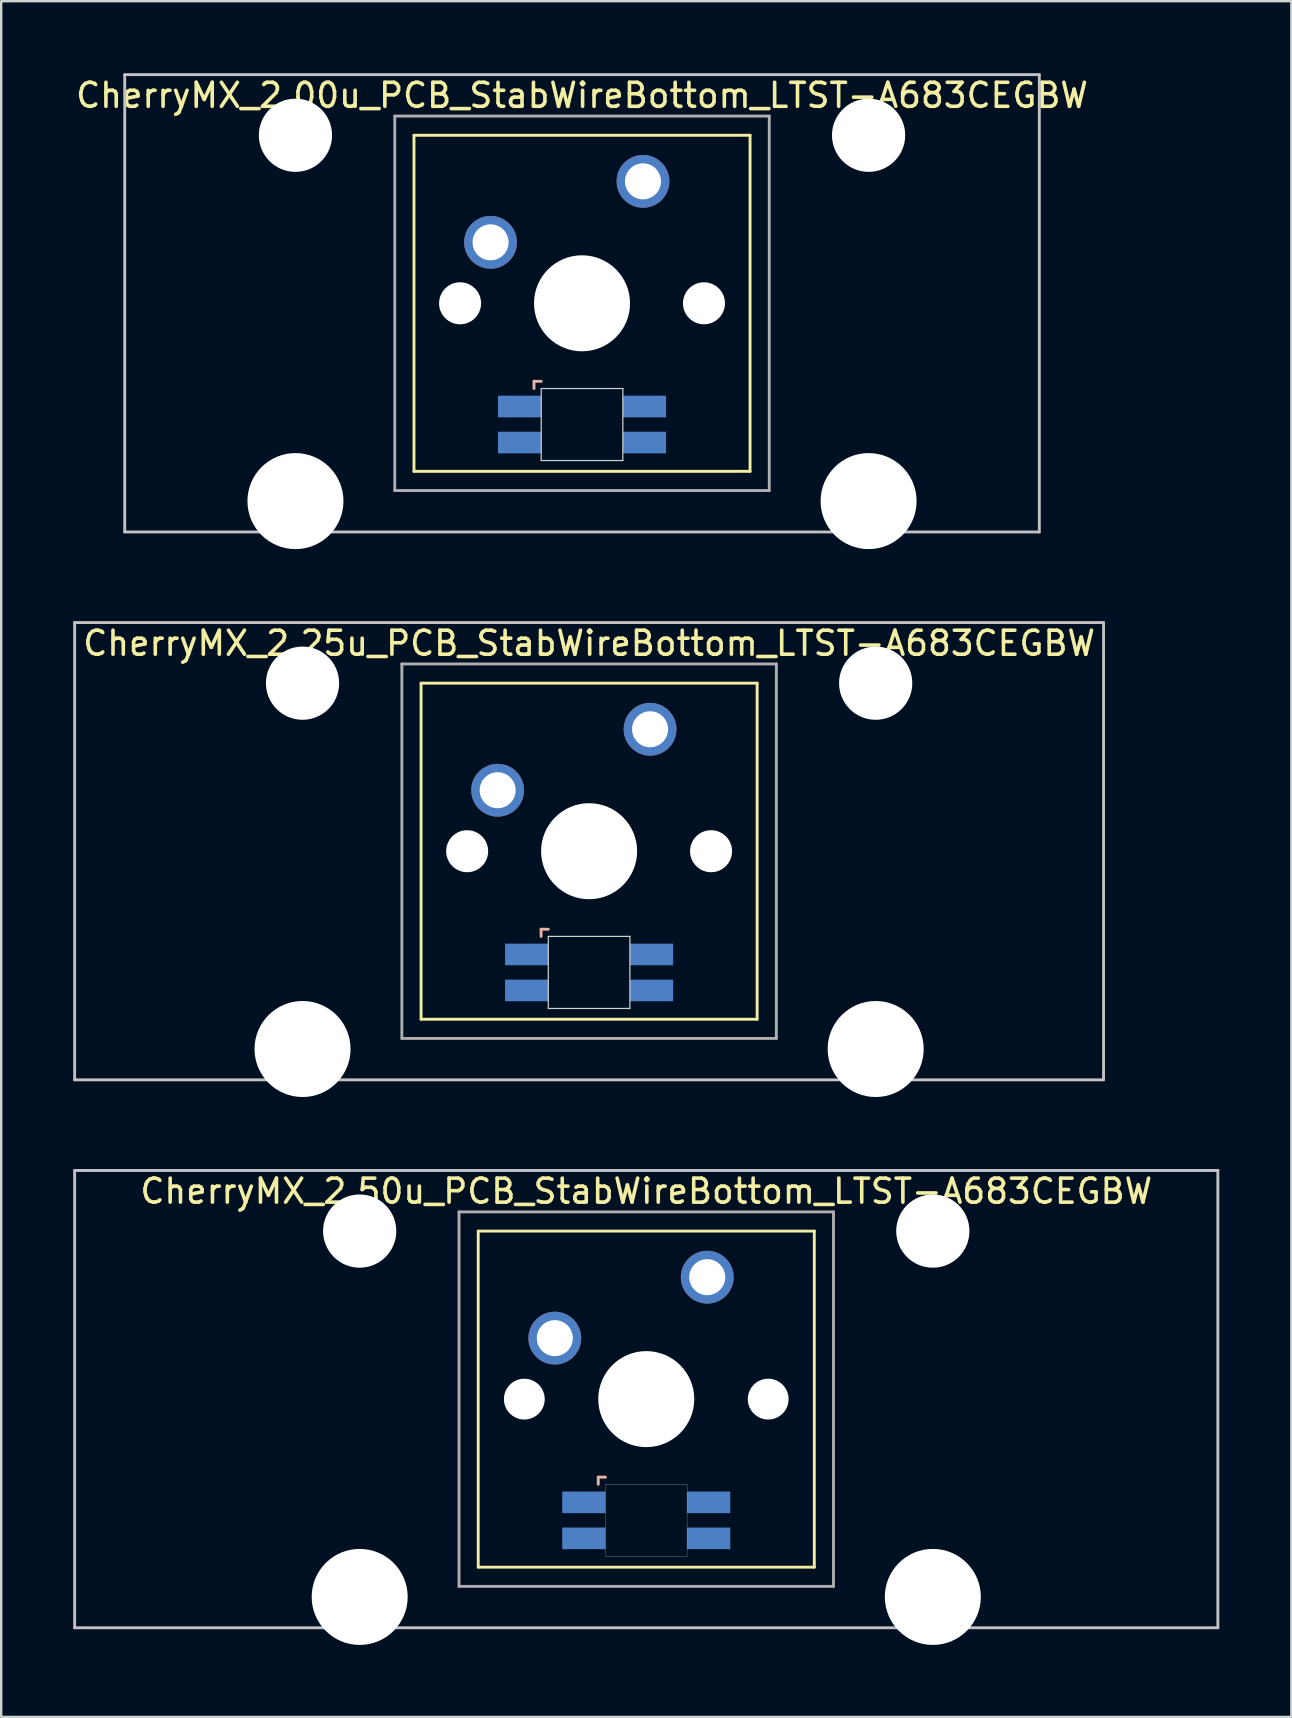
<source format=kicad_pcb>
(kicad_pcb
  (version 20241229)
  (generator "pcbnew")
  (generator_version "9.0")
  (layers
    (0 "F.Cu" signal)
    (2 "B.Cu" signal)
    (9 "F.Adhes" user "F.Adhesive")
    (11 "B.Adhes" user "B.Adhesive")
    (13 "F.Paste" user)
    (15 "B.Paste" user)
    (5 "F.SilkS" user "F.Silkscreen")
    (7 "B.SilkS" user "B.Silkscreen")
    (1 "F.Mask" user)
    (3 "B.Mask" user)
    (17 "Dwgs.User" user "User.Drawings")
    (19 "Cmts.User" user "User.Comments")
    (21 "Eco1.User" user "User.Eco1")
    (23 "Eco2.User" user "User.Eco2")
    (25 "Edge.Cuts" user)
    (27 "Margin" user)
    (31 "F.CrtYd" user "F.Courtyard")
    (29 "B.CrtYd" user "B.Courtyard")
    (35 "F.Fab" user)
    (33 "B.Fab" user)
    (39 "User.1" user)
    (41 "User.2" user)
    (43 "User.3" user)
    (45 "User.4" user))
  (footprint "CherryMX_2.25u_PCB_StabWireBottom_LTST-A683CEGBW"
    (layer "F.Cu")
    (at 21.491 32.41)
    (property "Reference" "CherryMX_2.25u_PCB_StabWireBottom_LTST-A683CEGBW" (at 0 -8.662 0) (layer "F.SilkS") (effects (font (size 1 1) (thickness 0.15))))
    (attr through_hole)
    (fp_line (start -7 -7) (end -7 7) (stroke (width 0.12) (type solid)) (layer "F.SilkS"))
    (fp_line (start -7 -7) (end 7 -7) (stroke (width 0.12) (type solid)) (layer "F.SilkS"))
    (fp_line (start 7 -7) (end 7 7) (stroke (width 0.12) (type solid)) (layer "F.SilkS"))
    (fp_line (start 7 7) (end -7 7) (stroke (width 0.12) (type solid)) (layer "F.SilkS"))
    (fp_line (start -2 3.25) (end -2 3.55) (stroke (width 0.12) (type solid)) (layer "B.SilkS"))
    (fp_line (start -1.7 3.25) (end -2 3.25) (stroke (width 0.12) (type solid)) (layer "B.SilkS"))
    (fp_line (start -21.431 -9.525) (end 21.431 -9.525) (stroke (width 0.12) (type solid)) (layer "Dwgs.User"))
    (fp_line (start -21.431 9.525) (end -21.431 -9.525) (stroke (width 0.12) (type solid)) (layer "Dwgs.User"))
    (fp_line (start 21.431 -9.525) (end 21.431 9.525) (stroke (width 0.12) (type solid)) (layer "Dwgs.User"))
    (fp_line (start 21.431 9.525) (end -21.431 9.525) (stroke (width 0.12) (type solid)) (layer "Dwgs.User"))
    (fp_line (start -1.7 3.55) (end 1.7 3.55) (stroke (width 0.05) (type solid)) (layer "Edge.Cuts"))
    (fp_line (start -1.7 6.55) (end -1.7 3.55) (stroke (width 0.05) (type solid)) (layer "Edge.Cuts"))
    (fp_line (start 1.7 3.55) (end 1.7 6.55) (stroke (width 0.05) (type solid)) (layer "Edge.Cuts"))
    (fp_line (start 1.7 6.55) (end -1.7 6.55) (stroke (width 0.05) (type solid)) (layer "Edge.Cuts"))
    (fp_line (start -7.8 -7.8) (end -7.8 7.8) (stroke (width 0.12) (type solid)) (layer "F.Fab"))
    (fp_line (start -7.8 -7.8) (end 7.8 -7.8) (stroke (width 0.12) (type solid)) (layer "F.Fab"))
    (fp_line (start -7.8 7.8) (end 7.8 7.8) (stroke (width 0.12) (type solid)) (layer "F.Fab"))
    (fp_line (start 7.8 -7.8) (end 7.8 7.8) (stroke (width 0.12) (type solid)) (layer "F.Fab"))
    (pad "" np_thru_hole circle (at -11.938 -7) (size 3.05 3.05) (drill 3.05) (layers "*.Cu" "*.Mask"))
    (pad "" np_thru_hole circle (at -11.938 8.24) (size 4 4) (drill 4) (layers "*.Cu" "*.Mask"))
    (pad "" np_thru_hole circle (at -5.08 0) (size 1.75 1.75) (drill 1.75) (layers "*.Cu" "*.Mask"))
    (pad "" np_thru_hole circle (at 0 0) (size 4 4) (drill 4) (layers "*.Cu" "*.Mask"))
    (pad "" np_thru_hole circle (at 5.08 0) (size 1.75 1.75) (drill 1.75) (layers "*.Cu" "*.Mask"))
    (pad "" np_thru_hole circle (at 11.938 -7) (size 3.05 3.05) (drill 3.05) (layers "*.Cu" "*.Mask"))
    (pad "" np_thru_hole circle (at 11.938 8.24) (size 4 4) (drill 4) (layers "*.Cu" "*.Mask"))
    (pad "1" thru_hole circle (at -3.81 -2.54) (size 2.2 2.2) (drill 1.5) (layers "*.Cu" "*.Mask"))
    (pad "2" thru_hole circle (at 2.54 -5.08) (size 2.2 2.2) (drill 1.5) (layers "*.Cu" "*.Mask"))
    (pad "3" smd rect (at -2.6 4.3) (size 1.8 0.9) (layers "B.Cu" "B.Mask" "B.Paste"))
    (pad "4" smd rect (at -2.6 5.8) (size 1.8 0.9) (layers "B.Cu" "B.Mask" "B.Paste"))
    (pad "5" smd rect (at 2.6 4.3) (size 1.8 0.9) (layers "B.Cu" "B.Mask" "B.Paste"))
    (pad "6" smd rect (at 2.6 5.8) (size 1.8 0.9) (layers "B.Cu" "B.Mask" "B.Paste")))
  (footprint "CherryMX_2.00u_PCB_StabWireBottom_LTST-A683CEGBW"
    (layer "F.Cu")
    (at 21.196 9.585)
    (property "Reference" "CherryMX_2.00u_PCB_StabWireBottom_LTST-A683CEGBW" (at 0 -8.662 0) (layer "F.SilkS") (effects (font (size 1 1) (thickness 0.15))))
    (attr through_hole)
    (fp_line (start -7 -7) (end -7 7) (stroke (width 0.12) (type solid)) (layer "F.SilkS"))
    (fp_line (start -7 -7) (end 7 -7) (stroke (width 0.12) (type solid)) (layer "F.SilkS"))
    (fp_line (start 7 -7) (end 7 7) (stroke (width 0.12) (type solid)) (layer "F.SilkS"))
    (fp_line (start 7 7) (end -7 7) (stroke (width 0.12) (type solid)) (layer "F.SilkS"))
    (fp_line (start -2 3.25) (end -2 3.55) (stroke (width 0.12) (type solid)) (layer "B.SilkS"))
    (fp_line (start -1.7 3.25) (end -2 3.25) (stroke (width 0.12) (type solid)) (layer "B.SilkS"))
    (fp_line (start -19.05 -9.525) (end 19.05 -9.525) (stroke (width 0.12) (type solid)) (layer "Dwgs.User"))
    (fp_line (start -19.05 9.525) (end -19.05 -9.525) (stroke (width 0.12) (type solid)) (layer "Dwgs.User"))
    (fp_line (start 19.05 -9.525) (end 19.05 9.525) (stroke (width 0.12) (type solid)) (layer "Dwgs.User"))
    (fp_line (start 19.05 9.525) (end -19.05 9.525) (stroke (width 0.12) (type solid)) (layer "Dwgs.User"))
    (fp_line (start -1.7 3.55) (end 1.7 3.55) (stroke (width 0.05) (type solid)) (layer "Edge.Cuts"))
    (fp_line (start -1.7 6.55) (end -1.7 3.55) (stroke (width 0.05) (type solid)) (layer "Edge.Cuts"))
    (fp_line (start 1.7 3.55) (end 1.7 6.55) (stroke (width 0.05) (type solid)) (layer "Edge.Cuts"))
    (fp_line (start 1.7 6.55) (end -1.7 6.55) (stroke (width 0.05) (type solid)) (layer "Edge.Cuts"))
    (fp_line (start -7.8 -7.8) (end -7.8 7.8) (stroke (width 0.12) (type solid)) (layer "F.Fab"))
    (fp_line (start -7.8 -7.8) (end 7.8 -7.8) (stroke (width 0.12) (type solid)) (layer "F.Fab"))
    (fp_line (start -7.8 7.8) (end 7.8 7.8) (stroke (width 0.12) (type solid)) (layer "F.Fab"))
    (fp_line (start 7.8 -7.8) (end 7.8 7.8) (stroke (width 0.12) (type solid)) (layer "F.Fab"))
    (pad "" np_thru_hole circle (at -11.938 -7) (size 3.05 3.05) (drill 3.05) (layers "*.Cu" "*.Mask"))
    (pad "" np_thru_hole circle (at -11.938 8.24) (size 4 4) (drill 4) (layers "*.Cu" "*.Mask"))
    (pad "" np_thru_hole circle (at -5.08 0) (size 1.75 1.75) (drill 1.75) (layers "*.Cu" "*.Mask"))
    (pad "" np_thru_hole circle (at 0 0) (size 4 4) (drill 4) (layers "*.Cu" "*.Mask"))
    (pad "" np_thru_hole circle (at 5.08 0) (size 1.75 1.75) (drill 1.75) (layers "*.Cu" "*.Mask"))
    (pad "" np_thru_hole circle (at 11.938 -7) (size 3.05 3.05) (drill 3.05) (layers "*.Cu" "*.Mask"))
    (pad "" np_thru_hole circle (at 11.938 8.24) (size 4 4) (drill 4) (layers "*.Cu" "*.Mask"))
    (pad "1" thru_hole circle (at -3.81 -2.54) (size 2.2 2.2) (drill 1.5) (layers "*.Cu" "*.Mask"))
    (pad "2" thru_hole circle (at 2.54 -5.08) (size 2.2 2.2) (drill 1.5) (layers "*.Cu" "*.Mask"))
    (pad "3" smd rect (at -2.6 4.3) (size 1.8 0.9) (layers "B.Cu" "B.Mask" "B.Paste"))
    (pad "4" smd rect (at -2.6 5.8) (size 1.8 0.9) (layers "B.Cu" "B.Mask" "B.Paste"))
    (pad "5" smd rect (at 2.6 4.3) (size 1.8 0.9) (layers "B.Cu" "B.Mask" "B.Paste"))
    (pad "6" smd rect (at 2.6 5.8) (size 1.8 0.9) (layers "B.Cu" "B.Mask" "B.Paste")))
  (footprint "CherryMX_2.50u_PCB_StabWireBottom_LTST-A683CEGBW"
    (layer "F.Cu")
    (at 23.872 55.235)
    (property "Reference" "CherryMX_2.50u_PCB_StabWireBottom_LTST-A683CEGBW" (at 0 -8.662 0) (layer "F.SilkS") (effects (font (size 1 1) (thickness 0.15))))
    (attr through_hole)
    (fp_line (start -7 -7) (end -7 7) (stroke (width 0.12) (type solid)) (layer "F.SilkS"))
    (fp_line (start -7 -7) (end 7 -7) (stroke (width 0.12) (type solid)) (layer "F.SilkS"))
    (fp_line (start 7 -7) (end 7 7) (stroke (width 0.12) (type solid)) (layer "F.SilkS"))
    (fp_line (start 7 7) (end -7 7) (stroke (width 0.12) (type solid)) (layer "F.SilkS"))
    (fp_line (start -2 3.25) (end -2 3.55) (stroke (width 0.12) (type solid)) (layer "B.SilkS"))
    (fp_line (start -1.7 3.25) (end -2 3.25) (stroke (width 0.12) (type solid)) (layer "B.SilkS"))
    (fp_line (start -23.812 -9.525) (end 23.812 -9.525) (stroke (width 0.12) (type solid)) (layer "Dwgs.User"))
    (fp_line (start -23.812 9.525) (end -23.812 -9.525) (stroke (width 0.12) (type solid)) (layer "Dwgs.User"))
    (fp_line (start 23.812 -9.525) (end 23.812 9.525) (stroke (width 0.12) (type solid)) (layer "Dwgs.User"))
    (fp_line (start 23.812 9.525) (end -23.812 9.525) (stroke (width 0.12) (type solid)) (layer "Dwgs.User"))
    (fp_poly (pts (xy 1.7 6.55) (xy -1.7 6.55) (xy -1.7 3.55) (xy 1.7 3.55)) (stroke (width 0.01) (type solid)) (fill no) (layer "Edge.Cuts"))
    (fp_line (start -7.8 -7.8) (end -7.8 7.8) (stroke (width 0.12) (type solid)) (layer "F.Fab"))
    (fp_line (start -7.8 -7.8) (end 7.8 -7.8) (stroke (width 0.12) (type solid)) (layer "F.Fab"))
    (fp_line (start -7.8 7.8) (end 7.8 7.8) (stroke (width 0.12) (type solid)) (layer "F.Fab"))
    (fp_line (start 7.8 -7.8) (end 7.8 7.8) (stroke (width 0.12) (type solid)) (layer "F.Fab"))
    (pad "" np_thru_hole circle (at -11.938 -7) (size 3.05 3.05) (drill 3.05) (layers "*.Cu" "*.Mask"))
    (pad "" np_thru_hole circle (at -11.938 8.24) (size 4 4) (drill 4) (layers "*.Cu" "*.Mask"))
    (pad "" np_thru_hole circle (at -5.08 0) (size 1.7 1.7) (drill 1.7) (layers "*.Cu" "*.Mask"))
    (pad "" np_thru_hole circle (at 0 0) (size 4 4) (drill 4) (layers "*.Cu" "*.Mask"))
    (pad "" np_thru_hole circle (at 5.08 0) (size 1.7 1.7) (drill 1.7) (layers "*.Cu" "*.Mask"))
    (pad "" np_thru_hole circle (at 11.938 -7) (size 3.05 3.05) (drill 3.05) (layers "*.Cu" "*.Mask"))
    (pad "" np_thru_hole circle (at 11.938 8.24) (size 4 4) (drill 4) (layers "*.Cu" "*.Mask"))
    (pad "1" thru_hole circle (at -3.81 -2.54) (size 2.2 2.2) (drill 1.5) (layers "*.Cu" "*.Mask"))
    (pad "2" thru_hole circle (at 2.54 -5.08) (size 2.2 2.2) (drill 1.5) (layers "*.Cu" "*.Mask"))
    (pad "3" smd rect (at -2.6 4.3) (size 1.8 0.9) (layers "B.Cu" "B.Mask" "B.Paste"))
    (pad "4" smd rect (at -2.6 5.8) (size 1.8 0.9) (layers "B.Cu" "B.Mask" "B.Paste"))
    (pad "5" smd rect (at 2.6 4.3) (size 1.8 0.9) (layers "B.Cu" "B.Mask" "B.Paste"))
    (pad "6" smd rect (at 2.6 5.8) (size 1.8 0.9) (layers "B.Cu" "B.Mask" "B.Paste")))
  (gr_rect
    (start -3 -3)
    (end 50.745 68.475)
    (stroke (width 0.1) (type default))
    (fill no)
    (layer "Edge.Cuts")))
</source>
